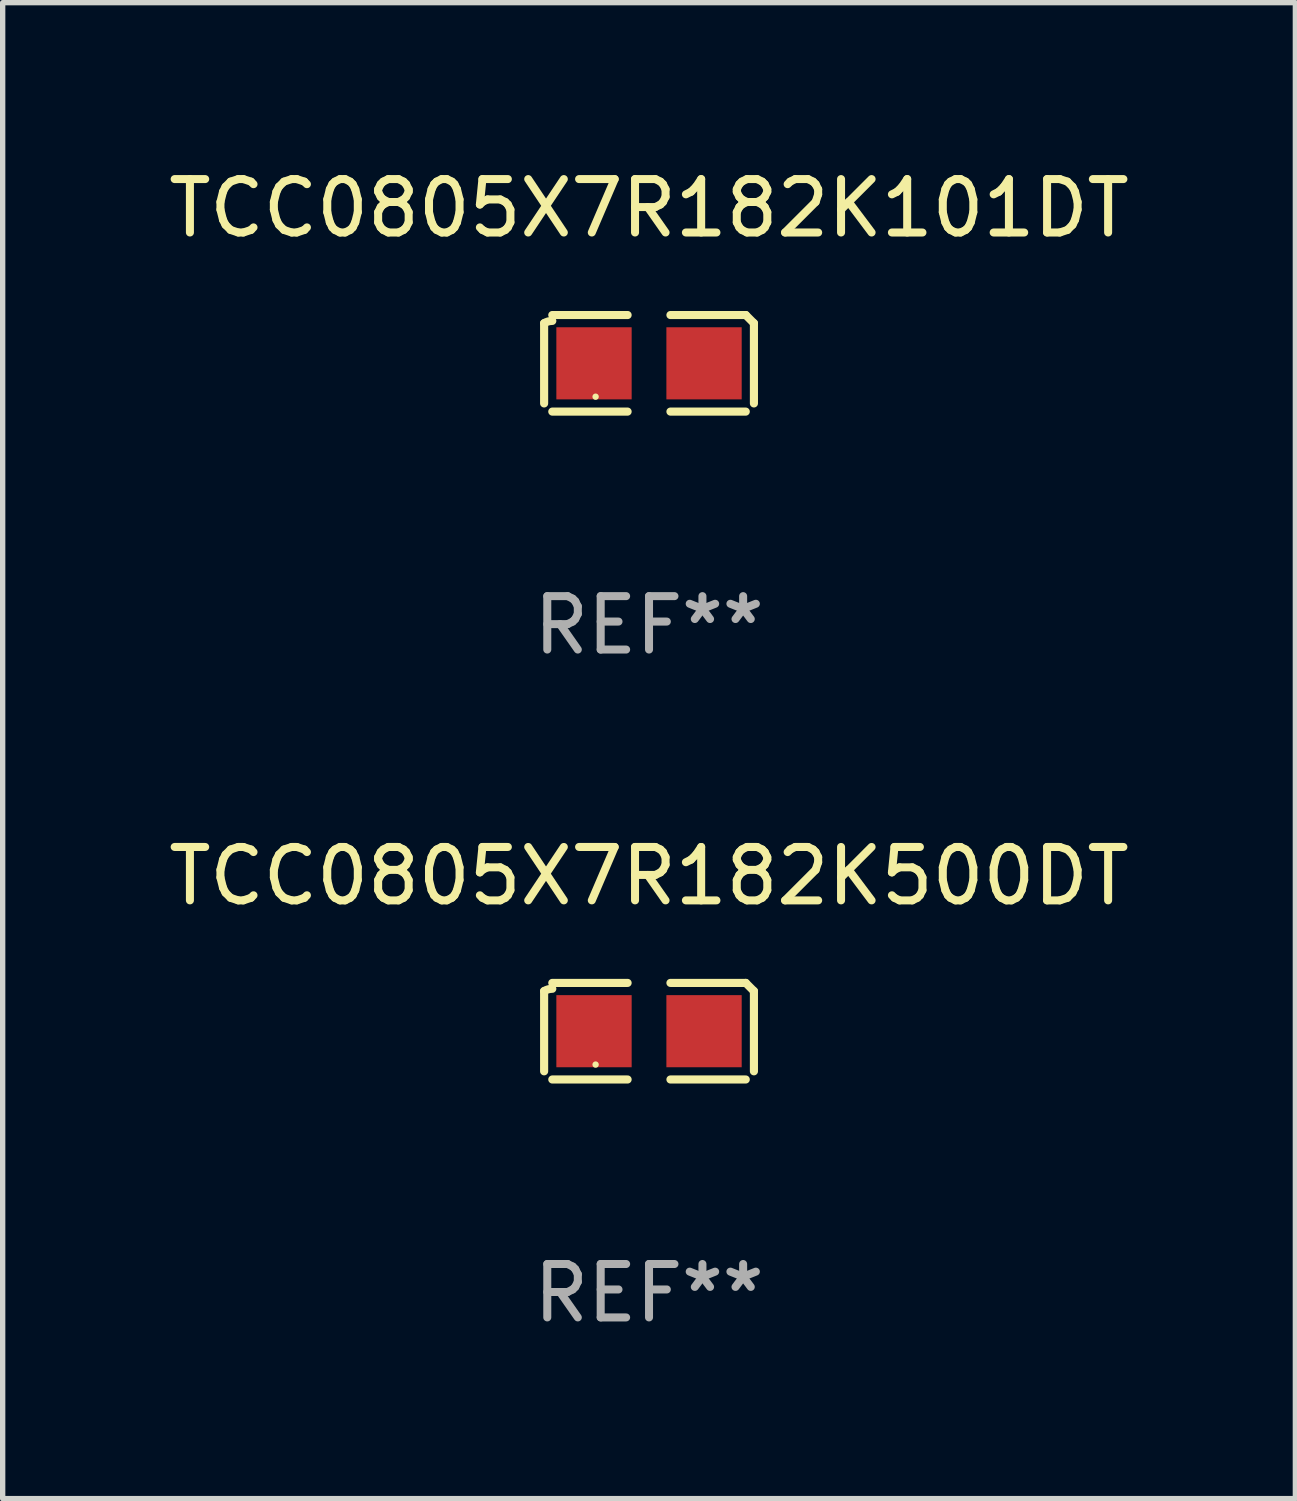
<source format=kicad_pcb>
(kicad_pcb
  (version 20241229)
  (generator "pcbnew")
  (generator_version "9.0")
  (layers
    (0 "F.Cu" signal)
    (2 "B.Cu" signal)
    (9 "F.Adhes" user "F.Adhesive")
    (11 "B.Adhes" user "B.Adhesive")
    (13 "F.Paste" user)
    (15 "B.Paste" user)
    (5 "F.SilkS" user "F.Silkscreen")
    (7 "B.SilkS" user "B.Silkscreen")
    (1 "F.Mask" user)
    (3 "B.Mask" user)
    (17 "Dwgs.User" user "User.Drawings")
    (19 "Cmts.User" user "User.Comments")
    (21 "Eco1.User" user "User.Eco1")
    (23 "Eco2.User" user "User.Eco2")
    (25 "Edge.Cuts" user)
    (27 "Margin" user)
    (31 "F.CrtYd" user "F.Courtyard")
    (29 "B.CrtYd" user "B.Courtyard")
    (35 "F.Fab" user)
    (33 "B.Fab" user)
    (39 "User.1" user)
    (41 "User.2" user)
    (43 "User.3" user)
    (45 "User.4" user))
  (footprint "TCC0805X7R182K500DT"
    (layer "F.Cu")
    (at 9.101 16.256)
    (property "Reference" "TCC0805X7R182K500DT" (at 0 -2.904 0) (layer "F.SilkS") (effects (font (size 1 1) (thickness 0.15))))
    (attr through_hole)
    (fp_line (start -1.964 0.751) (end -1.964 -0.751) (stroke (width 0.152) (type solid)) (layer "F.SilkS"))
    (fp_line (start -1.811 -0.904) (end -0.401 -0.904) (stroke (width 0.152) (type solid)) (layer "F.SilkS"))
    (fp_line (start -0.401 0.904) (end -1.811 0.904) (stroke (width 0.152) (type solid)) (layer "F.SilkS"))
    (fp_line (start 0.401 0.904) (end 1.811 0.904) (stroke (width 0.152) (type solid)) (layer "F.SilkS"))
    (fp_line (start 1.811 -0.904) (end 0.401 -0.904) (stroke (width 0.152) (type solid)) (layer "F.SilkS"))
    (fp_line (start 1.964 0.751) (end 1.964 -0.751) (stroke (width 0.152) (type solid)) (layer "F.SilkS"))
    (fp_arc (start -1.963602 -0.751207) (mid -1.890354 -0.783131) (end -1.811201 -0.794044) (stroke (width 0.1524) (type solid)) (layer "F.SilkS"))
    (fp_arc (start 1.811202 -0.903607) (mid 1.887413 -0.827418) (end 1.963602 -0.751207) (stroke (width 0.1524) (type solid)) (layer "F.SilkS"))
    (fp_circle (center -1 0.625) (end -0.97 0.625) (stroke (width 0.06) (type solid)) (fill no) (layer "F.SilkS"))
    (fp_text user "REF**" (at 0 4.904 0) (layer "F.Fab") (effects (font (size 1 1) (thickness 0.15))))
    (pad "1" smd rect (at -1.03 0) (size 1.41 1.35) (layers "F.Cu" "F.Mask" "F.Paste"))
    (pad "2" smd rect (at 1.03 0) (size 1.41 1.35) (layers "F.Cu" "F.Mask" "F.Paste")))
  (footprint "TCC0805X7R182K101DT"
    (layer "F.Cu")
    (at 9.101 3.752)
    (property "Reference" "TCC0805X7R182K101DT" (at 0 -2.904 0) (layer "F.SilkS") (effects (font (size 1 1) (thickness 0.15))))
    (attr through_hole)
    (fp_line (start -1.964 0.751) (end -1.964 -0.751) (stroke (width 0.152) (type solid)) (layer "F.SilkS"))
    (fp_line (start -1.811 -0.904) (end -0.401 -0.904) (stroke (width 0.152) (type solid)) (layer "F.SilkS"))
    (fp_line (start -0.401 0.904) (end -1.811 0.904) (stroke (width 0.152) (type solid)) (layer "F.SilkS"))
    (fp_line (start 0.401 0.904) (end 1.811 0.904) (stroke (width 0.152) (type solid)) (layer "F.SilkS"))
    (fp_line (start 1.811 -0.904) (end 0.401 -0.904) (stroke (width 0.152) (type solid)) (layer "F.SilkS"))
    (fp_line (start 1.964 0.751) (end 1.964 -0.751) (stroke (width 0.152) (type solid)) (layer "F.SilkS"))
    (fp_arc (start -1.963602 -0.751207) (mid -1.890354 -0.783131) (end -1.811201 -0.794044) (stroke (width 0.1524) (type solid)) (layer "F.SilkS"))
    (fp_arc (start 1.811202 -0.903607) (mid 1.887413 -0.827418) (end 1.963602 -0.751207) (stroke (width 0.1524) (type solid)) (layer "F.SilkS"))
    (fp_circle (center -1 0.625) (end -0.97 0.625) (stroke (width 0.06) (type solid)) (fill no) (layer "F.SilkS"))
    (fp_text user "REF**" (at 0 4.904 0) (layer "F.Fab") (effects (font (size 1 1) (thickness 0.15))))
    (pad "1" smd rect (at -1.03 0) (size 1.41 1.35) (layers "F.Cu" "F.Mask" "F.Paste"))
    (pad "2" smd rect (at 1.03 0) (size 1.41 1.35) (layers "F.Cu" "F.Mask" "F.Paste")))
  (gr_rect
    (start -3 -3)
    (end 21.202 25.007)
    (stroke (width 0.1) (type default))
    (fill no)
    (layer "Edge.Cuts")))
</source>
